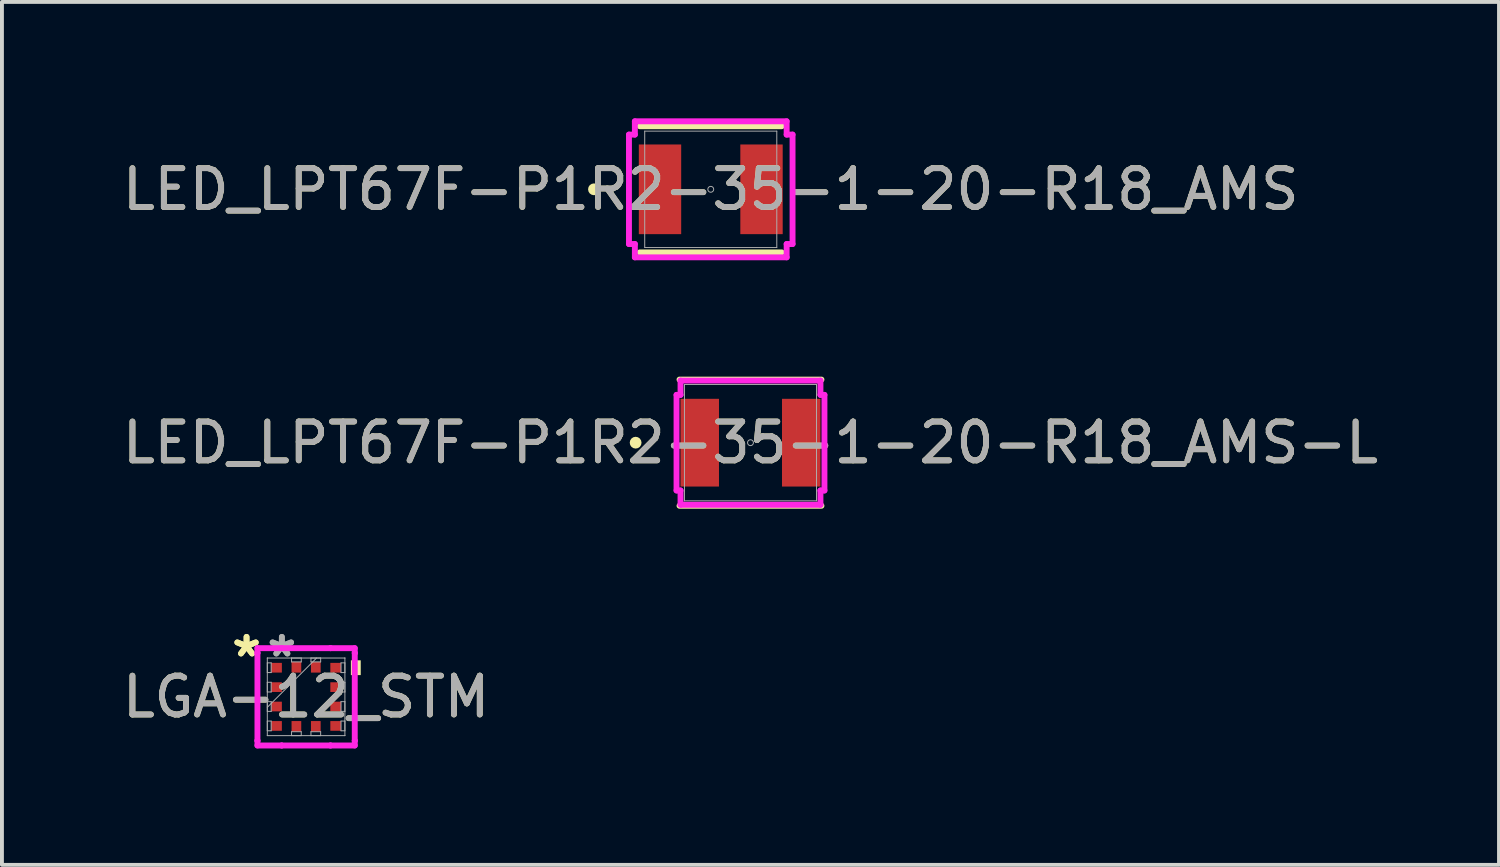
<source format=kicad_pcb>
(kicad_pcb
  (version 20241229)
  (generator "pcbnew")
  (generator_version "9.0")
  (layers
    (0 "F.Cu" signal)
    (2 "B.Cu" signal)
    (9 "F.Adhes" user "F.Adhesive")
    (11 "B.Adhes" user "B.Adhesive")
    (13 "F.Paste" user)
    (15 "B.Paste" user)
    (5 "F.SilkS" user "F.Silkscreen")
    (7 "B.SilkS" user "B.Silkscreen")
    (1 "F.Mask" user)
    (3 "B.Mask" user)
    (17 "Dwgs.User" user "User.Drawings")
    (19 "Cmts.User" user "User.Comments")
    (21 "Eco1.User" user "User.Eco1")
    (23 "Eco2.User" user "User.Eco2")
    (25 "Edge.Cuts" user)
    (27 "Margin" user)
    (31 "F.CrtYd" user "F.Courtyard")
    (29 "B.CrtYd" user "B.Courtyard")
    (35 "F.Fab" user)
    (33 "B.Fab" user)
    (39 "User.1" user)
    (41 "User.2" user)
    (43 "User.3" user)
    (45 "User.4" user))
  (footprint "LED_LPT67F-P1R2-35-1-20-R18_AMS"
    (layer "F.Cu")
    (at 15.268 1.829)
    (property "Reference" "LED_LPT67F-P1R2-35-1-20-R18_AMS" (at 0 0 0) (unlocked yes) (layer "F.SilkS") (effects (font (size 1 1) (thickness 0.15))))
    (attr smd)
    (fp_line (start -1.829 1.626) (end 1.829 1.626) (stroke (width 0.152) (type solid)) (layer "F.SilkS"))
    (fp_line (start 1.829 -1.626) (end -1.829 -1.626) (stroke (width 0.152) (type solid)) (layer "F.SilkS"))
    (fp_circle (center -3.01 0) (end -2.934 0) (stroke (width 0.152) (type solid)) (fill no) (layer "F.SilkS"))
    (fp_line (start -2.108 -1.41) (end -1.956 -1.41) (stroke (width 0.152) (type solid)) (layer "F.CrtYd"))
    (fp_line (start -2.108 1.41) (end -2.108 -1.41) (stroke (width 0.152) (type solid)) (layer "F.CrtYd"))
    (fp_line (start -2.108 1.41) (end -1.956 1.41) (stroke (width 0.152) (type solid)) (layer "F.CrtYd"))
    (fp_line (start -1.956 -1.753) (end 1.956 -1.753) (stroke (width 0.152) (type solid)) (layer "F.CrtYd"))
    (fp_line (start -1.956 -1.41) (end -1.956 -1.753) (stroke (width 0.152) (type solid)) (layer "F.CrtYd"))
    (fp_line (start -1.956 1.753) (end -1.956 1.41) (stroke (width 0.152) (type solid)) (layer "F.CrtYd"))
    (fp_line (start 1.956 -1.753) (end 1.956 -1.41) (stroke (width 0.152) (type solid)) (layer "F.CrtYd"))
    (fp_line (start 1.956 1.41) (end 1.956 1.753) (stroke (width 0.152) (type solid)) (layer "F.CrtYd"))
    (fp_line (start 1.956 1.753) (end -1.956 1.753) (stroke (width 0.152) (type solid)) (layer "F.CrtYd"))
    (fp_line (start 2.108 -1.41) (end 1.956 -1.41) (stroke (width 0.152) (type solid)) (layer "F.CrtYd"))
    (fp_line (start 2.108 -1.41) (end 2.108 1.41) (stroke (width 0.152) (type solid)) (layer "F.CrtYd"))
    (fp_line (start 2.108 1.41) (end 1.956 1.41) (stroke (width 0.152) (type solid)) (layer "F.CrtYd"))
    (fp_line (start -1.702 -1.499) (end -1.702 1.499) (stroke (width 0.025) (type solid)) (layer "F.Fab"))
    (fp_line (start -1.702 1.499) (end 1.702 1.499) (stroke (width 0.025) (type solid)) (layer "F.Fab"))
    (fp_line (start 1.702 -1.499) (end -1.702 -1.499) (stroke (width 0.025) (type solid)) (layer "F.Fab"))
    (fp_line (start 1.702 1.499) (end 1.702 -1.499) (stroke (width 0.025) (type solid)) (layer "F.Fab"))
    (fp_circle (center 0 0) (end 0.076 0) (stroke (width 0.025) (type solid)) (fill no) (layer "F.Fab"))
    (fp_text user "${REFERENCE}" (at 0 0 0) (unlocked yes) (layer "F.Fab") (effects (font (size 1 1) (thickness 0.15))))
    (pad "1" smd rect (at -1.308 0) (size 1.092 2.311) (layers "F.Cu" "F.Mask" "F.Paste"))
    (pad "2" smd rect (at 1.308 0) (size 1.092 2.311) (layers "F.Cu" "F.Mask" "F.Paste")))
  (footprint "LGA-12_STM"
    (layer "F.Cu")
    (at 4.839 14.909)
    (property "Reference" "LGA-12_STM" (at 0 0 0) (unlocked yes) (layer "F.SilkS") (effects (font (size 1 1) (thickness 0.15))))
    (attr smd)
    (fp_poly (pts (xy 1.408 -0.941) (xy 1.408 -0.56) (xy 1.154 -0.56) (xy 1.154 -0.941)) (stroke (width 0) (type solid)) (fill yes) (layer "F.SilkS"))
    (fp_line (start -1.254 -1.254) (end -0.629 -1.254) (stroke (width 0.152) (type solid)) (layer "F.CrtYd"))
    (fp_line (start -1.254 -1.129) (end -1.254 -1.254) (stroke (width 0.152) (type solid)) (layer "F.CrtYd"))
    (fp_line (start -1.254 -1.129) (end -1.254 -1.129) (stroke (width 0.152) (type solid)) (layer "F.CrtYd"))
    (fp_line (start -1.254 1.129) (end -1.254 -1.129) (stroke (width 0.152) (type solid)) (layer "F.CrtYd"))
    (fp_line (start -1.254 1.129) (end -1.254 1.129) (stroke (width 0.152) (type solid)) (layer "F.CrtYd"))
    (fp_line (start -1.254 1.254) (end -1.254 1.129) (stroke (width 0.152) (type solid)) (layer "F.CrtYd"))
    (fp_line (start -0.629 -1.254) (end -0.629 -1.254) (stroke (width 0.152) (type solid)) (layer "F.CrtYd"))
    (fp_line (start -0.629 -1.254) (end 0.629 -1.254) (stroke (width 0.152) (type solid)) (layer "F.CrtYd"))
    (fp_line (start -0.629 1.254) (end -1.254 1.254) (stroke (width 0.152) (type solid)) (layer "F.CrtYd"))
    (fp_line (start -0.629 1.254) (end -0.629 1.254) (stroke (width 0.152) (type solid)) (layer "F.CrtYd"))
    (fp_line (start 0.629 -1.254) (end 0.629 -1.254) (stroke (width 0.152) (type solid)) (layer "F.CrtYd"))
    (fp_line (start 0.629 -1.254) (end 1.254 -1.254) (stroke (width 0.152) (type solid)) (layer "F.CrtYd"))
    (fp_line (start 0.629 1.254) (end -0.629 1.254) (stroke (width 0.152) (type solid)) (layer "F.CrtYd"))
    (fp_line (start 0.629 1.254) (end 0.629 1.254) (stroke (width 0.152) (type solid)) (layer "F.CrtYd"))
    (fp_line (start 1.254 -1.254) (end 1.254 -1.129) (stroke (width 0.152) (type solid)) (layer "F.CrtYd"))
    (fp_line (start 1.254 -1.129) (end 1.254 -1.129) (stroke (width 0.152) (type solid)) (layer "F.CrtYd"))
    (fp_line (start 1.254 -1.129) (end 1.254 1.129) (stroke (width 0.152) (type solid)) (layer "F.CrtYd"))
    (fp_line (start 1.254 1.129) (end 1.254 1.129) (stroke (width 0.152) (type solid)) (layer "F.CrtYd"))
    (fp_line (start 1.254 1.129) (end 1.254 1.254) (stroke (width 0.152) (type solid)) (layer "F.CrtYd"))
    (fp_line (start 1.254 1.254) (end 0.629 1.254) (stroke (width 0.152) (type solid)) (layer "F.CrtYd"))
    (fp_line (start -1 -1) (end -1 -1) (stroke (width 0.025) (type solid)) (layer "F.Fab"))
    (fp_line (start -1 -1) (end -1 1) (stroke (width 0.025) (type solid)) (layer "F.Fab"))
    (fp_line (start -1 -0.875) (end -0.9 -0.875) (stroke (width 0.025) (type solid)) (layer "F.Fab"))
    (fp_line (start -1 -0.625) (end -1 -0.875) (stroke (width 0.025) (type solid)) (layer "F.Fab"))
    (fp_line (start -1 -0.375) (end -0.9 -0.375) (stroke (width 0.025) (type solid)) (layer "F.Fab"))
    (fp_line (start -1 -0.125) (end -1 -0.375) (stroke (width 0.025) (type solid)) (layer "F.Fab"))
    (fp_line (start -1 0.125) (end -0.9 0.125) (stroke (width 0.025) (type solid)) (layer "F.Fab"))
    (fp_line (start -1 0.27) (end 0.27 -1) (stroke (width 0.025) (type solid)) (layer "F.Fab"))
    (fp_line (start -1 0.375) (end -1 0.125) (stroke (width 0.025) (type solid)) (layer "F.Fab"))
    (fp_line (start -1 0.625) (end -0.9 0.625) (stroke (width 0.025) (type solid)) (layer "F.Fab"))
    (fp_line (start -1 0.875) (end -1 0.625) (stroke (width 0.025) (type solid)) (layer "F.Fab"))
    (fp_line (start -1 1) (end -1 1) (stroke (width 0.025) (type solid)) (layer "F.Fab"))
    (fp_line (start -1 1) (end 1 1) (stroke (width 0.025) (type solid)) (layer "F.Fab"))
    (fp_line (start -0.9 -0.875) (end -0.9 -0.625) (stroke (width 0.025) (type solid)) (layer "F.Fab"))
    (fp_line (start -0.9 -0.625) (end -1 -0.625) (stroke (width 0.025) (type solid)) (layer "F.Fab"))
    (fp_line (start -0.9 -0.375) (end -0.9 -0.125) (stroke (width 0.025) (type solid)) (layer "F.Fab"))
    (fp_line (start -0.9 -0.125) (end -1 -0.125) (stroke (width 0.025) (type solid)) (layer "F.Fab"))
    (fp_line (start -0.9 0.125) (end -0.9 0.375) (stroke (width 0.025) (type solid)) (layer "F.Fab"))
    (fp_line (start -0.9 0.375) (end -1 0.375) (stroke (width 0.025) (type solid)) (layer "F.Fab"))
    (fp_line (start -0.9 0.625) (end -0.9 0.875) (stroke (width 0.025) (type solid)) (layer "F.Fab"))
    (fp_line (start -0.9 0.875) (end -1 0.875) (stroke (width 0.025) (type solid)) (layer "F.Fab"))
    (fp_line (start -0.375 -1) (end -0.125 -1) (stroke (width 0.025) (type solid)) (layer "F.Fab"))
    (fp_line (start -0.375 -0.9) (end -0.375 -1) (stroke (width 0.025) (type solid)) (layer "F.Fab"))
    (fp_line (start -0.375 0.9) (end -0.125 0.9) (stroke (width 0.025) (type solid)) (layer "F.Fab"))
    (fp_line (start -0.375 1) (end -0.375 0.9) (stroke (width 0.025) (type solid)) (layer "F.Fab"))
    (fp_line (start -0.125 -1) (end -0.125 -0.9) (stroke (width 0.025) (type solid)) (layer "F.Fab"))
    (fp_line (start -0.125 -0.9) (end -0.375 -0.9) (stroke (width 0.025) (type solid)) (layer "F.Fab"))
    (fp_line (start -0.125 0.9) (end -0.125 1) (stroke (width 0.025) (type solid)) (layer "F.Fab"))
    (fp_line (start -0.125 1) (end -0.375 1) (stroke (width 0.025) (type solid)) (layer "F.Fab"))
    (fp_line (start 0.125 -1) (end 0.375 -1) (stroke (width 0.025) (type solid)) (layer "F.Fab"))
    (fp_line (start 0.125 -0.9) (end 0.125 -1) (stroke (width 0.025) (type solid)) (layer "F.Fab"))
    (fp_line (start 0.125 0.9) (end 0.375 0.9) (stroke (width 0.025) (type solid)) (layer "F.Fab"))
    (fp_line (start 0.125 1) (end 0.125 0.9) (stroke (width 0.025) (type solid)) (layer "F.Fab"))
    (fp_line (start 0.375 -1) (end 0.375 -0.9) (stroke (width 0.025) (type solid)) (layer "F.Fab"))
    (fp_line (start 0.375 -0.9) (end 0.125 -0.9) (stroke (width 0.025) (type solid)) (layer "F.Fab"))
    (fp_line (start 0.375 0.9) (end 0.375 1) (stroke (width 0.025) (type solid)) (layer "F.Fab"))
    (fp_line (start 0.375 1) (end 0.125 1) (stroke (width 0.025) (type solid)) (layer "F.Fab"))
    (fp_line (start 0.9 -0.875) (end 1 -0.875) (stroke (width 0.025) (type solid)) (layer "F.Fab"))
    (fp_line (start 0.9 -0.625) (end 0.9 -0.875) (stroke (width 0.025) (type solid)) (layer "F.Fab"))
    (fp_line (start 0.9 -0.375) (end 1 -0.375) (stroke (width 0.025) (type solid)) (layer "F.Fab"))
    (fp_line (start 0.9 -0.125) (end 0.9 -0.375) (stroke (width 0.025) (type solid)) (layer "F.Fab"))
    (fp_line (start 0.9 0.125) (end 1 0.125) (stroke (width 0.025) (type solid)) (layer "F.Fab"))
    (fp_line (start 0.9 0.375) (end 0.9 0.125) (stroke (width 0.025) (type solid)) (layer "F.Fab"))
    (fp_line (start 0.9 0.625) (end 1 0.625) (stroke (width 0.025) (type solid)) (layer "F.Fab"))
    (fp_line (start 0.9 0.875) (end 0.9 0.625) (stroke (width 0.025) (type solid)) (layer "F.Fab"))
    (fp_line (start 1 -1) (end -1 -1) (stroke (width 0.025) (type solid)) (layer "F.Fab"))
    (fp_line (start 1 -1) (end 1 -1) (stroke (width 0.025) (type solid)) (layer "F.Fab"))
    (fp_line (start 1 -0.875) (end 1 -0.625) (stroke (width 0.025) (type solid)) (layer "F.Fab"))
    (fp_line (start 1 -0.625) (end 0.9 -0.625) (stroke (width 0.025) (type solid)) (layer "F.Fab"))
    (fp_line (start 1 -0.375) (end 1 -0.125) (stroke (width 0.025) (type solid)) (layer "F.Fab"))
    (fp_line (start 1 -0.125) (end 0.9 -0.125) (stroke (width 0.025) (type solid)) (layer "F.Fab"))
    (fp_line (start 1 0.125) (end 1 0.375) (stroke (width 0.025) (type solid)) (layer "F.Fab"))
    (fp_line (start 1 0.375) (end 0.9 0.375) (stroke (width 0.025) (type solid)) (layer "F.Fab"))
    (fp_line (start 1 0.625) (end 1 0.875) (stroke (width 0.025) (type solid)) (layer "F.Fab"))
    (fp_line (start 1 0.875) (end 0.9 0.875) (stroke (width 0.025) (type solid)) (layer "F.Fab"))
    (fp_line (start 1 1) (end 1 -1) (stroke (width 0.025) (type solid)) (layer "F.Fab"))
    (fp_line (start 1 1) (end 1 1) (stroke (width 0.025) (type solid)) (layer "F.Fab"))
    (fp_text user "*" (at -1.535 -1 0) (unlocked yes) (layer "F.SilkS") (effects (font (size 1 1) (thickness 0.15))))
    (fp_text user "*" (at -1.535 -1 0) (layer "F.SilkS") (effects (font (size 1 1) (thickness 0.15))))
    (fp_text user "${REFERENCE}" (at 0 0 0) (unlocked yes) (layer "F.Fab") (effects (font (size 1 1) (thickness 0.15))))
    (fp_text user "*" (at -0.625 -1 0) (unlocked yes) (layer "F.Fab") (effects (font (size 1 1) (thickness 0.15))))
    (fp_text user "*" (at -0.625 -1 0) (layer "F.Fab") (effects (font (size 1 1) (thickness 0.15))))
    (pad "1" smd rect (at -0.762 -0.75 90) (size 0.25 0.275) (layers "F.Cu" "F.Mask" "F.Paste"))
    (pad "2" smd rect (at -0.762 -0.25 90) (size 0.25 0.275) (layers "F.Cu" "F.Mask" "F.Paste"))
    (pad "3" smd rect (at -0.762 0.25 90) (size 0.25 0.275) (layers "F.Cu" "F.Mask" "F.Paste"))
    (pad "4" smd rect (at -0.762 0.75 90) (size 0.25 0.275) (layers "F.Cu" "F.Mask" "F.Paste"))
    (pad "5" smd rect (at -0.25 0.762) (size 0.25 0.275) (layers "F.Cu" "F.Mask" "F.Paste"))
    (pad "6" smd rect (at 0.25 0.762) (size 0.25 0.275) (layers "F.Cu" "F.Mask" "F.Paste"))
    (pad "7" smd rect (at 0.762 0.75 90) (size 0.25 0.275) (layers "F.Cu" "F.Mask" "F.Paste"))
    (pad "8" smd rect (at 0.762 0.25 90) (size 0.25 0.275) (layers "F.Cu" "F.Mask" "F.Paste"))
    (pad "9" smd rect (at 0.762 -0.25 90) (size 0.25 0.275) (layers "F.Cu" "F.Mask" "F.Paste"))
    (pad "10" smd rect (at 0.762 -0.75 90) (size 0.25 0.275) (layers "F.Cu" "F.Mask" "F.Paste"))
    (pad "11" smd rect (at 0.25 -0.762) (size 0.25 0.275) (layers "F.Cu" "F.Mask" "F.Paste"))
    (pad "12" smd rect (at -0.25 -0.762) (size 0.25 0.275) (layers "F.Cu" "F.Mask" "F.Paste")))
  (footprint "LED_LPT67F-P1R2-35-1-20-R18_AMS-L"
    (layer "F.Cu")
    (at 16.292 8.359)
    (property "Reference" "LED_LPT67F-P1R2-35-1-20-R18_AMS-L" (at 0 0 0) (unlocked yes) (layer "F.SilkS") (effects (font (size 1 1) (thickness 0.15))))
    (attr smd)
    (fp_line (start -1.829 1.626) (end 1.829 1.626) (stroke (width 0.152) (type solid)) (layer "F.SilkS"))
    (fp_line (start 1.829 -1.626) (end -1.829 -1.626) (stroke (width 0.152) (type solid)) (layer "F.SilkS"))
    (fp_circle (center -2.96 0) (end -2.884 0) (stroke (width 0.152) (type solid)) (fill no) (layer "F.SilkS"))
    (fp_line (start -1.906 -1.232) (end -1.803 -1.232) (stroke (width 0.152) (type solid)) (layer "F.CrtYd"))
    (fp_line (start -1.906 1.232) (end -1.906 -1.232) (stroke (width 0.152) (type solid)) (layer "F.CrtYd"))
    (fp_line (start -1.906 1.232) (end -1.803 1.232) (stroke (width 0.152) (type solid)) (layer "F.CrtYd"))
    (fp_line (start -1.803 -1.6) (end 1.803 -1.6) (stroke (width 0.152) (type solid)) (layer "F.CrtYd"))
    (fp_line (start -1.803 -1.232) (end -1.803 -1.6) (stroke (width 0.152) (type solid)) (layer "F.CrtYd"))
    (fp_line (start -1.803 1.6) (end -1.803 1.232) (stroke (width 0.152) (type solid)) (layer "F.CrtYd"))
    (fp_line (start 1.803 -1.6) (end 1.803 -1.232) (stroke (width 0.152) (type solid)) (layer "F.CrtYd"))
    (fp_line (start 1.803 1.232) (end 1.803 1.6) (stroke (width 0.152) (type solid)) (layer "F.CrtYd"))
    (fp_line (start 1.803 1.6) (end -1.803 1.6) (stroke (width 0.152) (type solid)) (layer "F.CrtYd"))
    (fp_line (start 1.906 -1.232) (end 1.803 -1.232) (stroke (width 0.152) (type solid)) (layer "F.CrtYd"))
    (fp_line (start 1.906 -1.232) (end 1.906 1.232) (stroke (width 0.152) (type solid)) (layer "F.CrtYd"))
    (fp_line (start 1.906 1.232) (end 1.803 1.232) (stroke (width 0.152) (type solid)) (layer "F.CrtYd"))
    (fp_line (start -1.702 -1.499) (end -1.702 1.499) (stroke (width 0.025) (type solid)) (layer "F.Fab"))
    (fp_line (start -1.702 1.499) (end 1.702 1.499) (stroke (width 0.025) (type solid)) (layer "F.Fab"))
    (fp_line (start 1.702 -1.499) (end -1.702 -1.499) (stroke (width 0.025) (type solid)) (layer "F.Fab"))
    (fp_line (start 1.702 1.499) (end 1.702 -1.499) (stroke (width 0.025) (type solid)) (layer "F.Fab"))
    (fp_circle (center 0 0) (end 0.076 0) (stroke (width 0.025) (type solid)) (fill no) (layer "F.Fab"))
    (fp_text user "${REFERENCE}" (at 0 0 0) (unlocked yes) (layer "F.Fab") (effects (font (size 1 1) (thickness 0.15))))
    (pad "1" smd rect (at -1.308 0) (size 0.992 2.261) (layers "F.Cu" "F.Mask" "F.Paste"))
    (pad "2" smd rect (at 1.308 0) (size 0.992 2.261) (layers "F.Cu" "F.Mask" "F.Paste")))
  (gr_rect
    (start -3 -3)
    (end 35.583 19.24)
    (stroke (width 0.1) (type default))
    (fill no)
    (layer "Edge.Cuts")))
</source>
